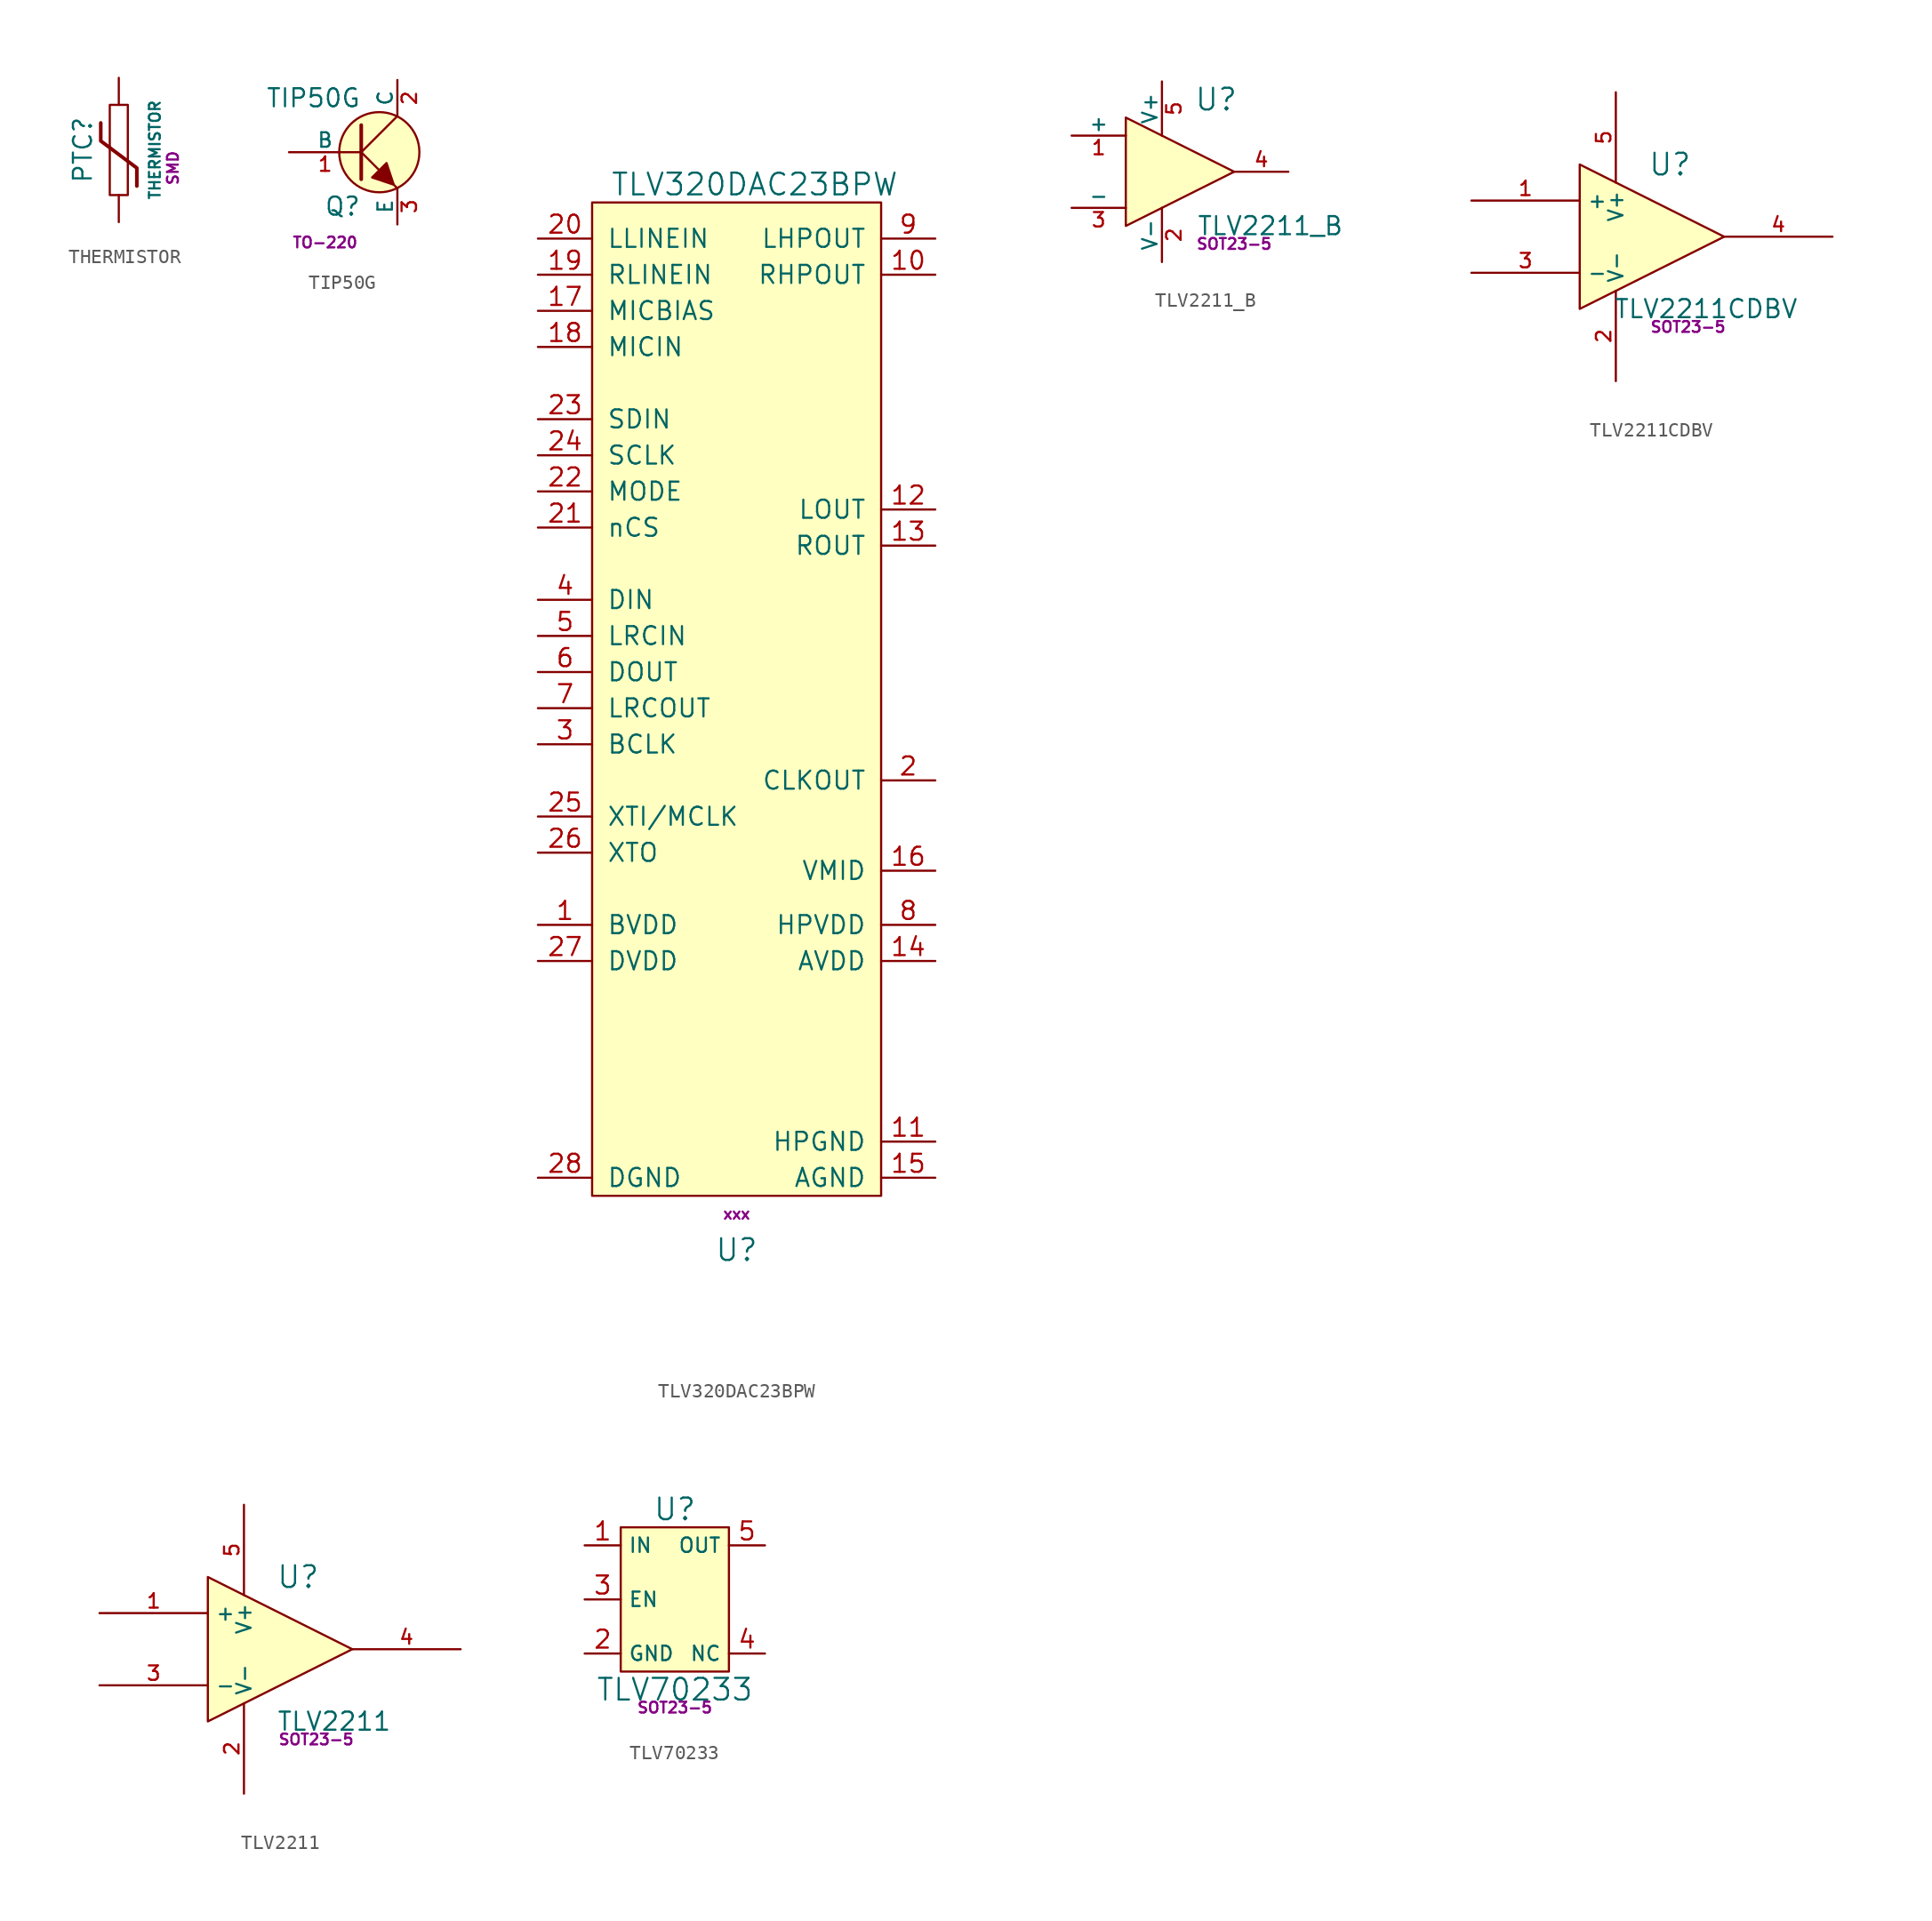
<source format=kicad_sym>
(kicad_symbol_lib
  (version 20220914)
  (generator kicad_symbol_editor)
  (symbol "THERMISTOR"
    (pin_numbers hide)
    (pin_names
      (offset 0))
    (property "Reference" "PTC"
      (at -2.54 0 90)
      (effects (font (size 1.27 1.27))))
    (property "Value" "THERMISTOR"
      (at 2.54 0 90)
      (effects (font (size 0.762 0.762))))
    (property "Footprint" "SMD"
      (at 3.81 -1.27 90)
      (effects (font (size 0.762 0.762))))
    (property "Datasheet" ""
      (at 0 0 0)
      (effects (font (size 1.524 1.524))))
    (symbol "THERMISTOR_0_1"
      (rectangle (start -0.635 3.175) (end 0.635 -3.175) (stroke (width 0) (type default)) (fill (type none)))
      (polyline (pts (xy -1.27 1.905) (xy -1.27 0.635) (xy 1.27 -1.27) (xy 1.27 -2.54) (xy 1.27 -2.54)) (stroke (width 0.254) (type default)) (fill (type none))))
    (symbol "THERMISTOR_1_1"
      (pin passive line (at 0 5.08 270) (length 1.905) (name "~" (effects (font (size 1.524 1.524)))) (number "1" (effects (font (size 1.524 1.524)))))
      (pin passive line (at 0 -5.08 90) (length 1.905) (name "~" (effects (font (size 1.524 1.524)))) (number "2" (effects (font (size 1.524 1.524)))))))
  (symbol "TIP50G"
    (pin_names
      (offset 0))
    (property "Reference" "Q"
      (at 0 -3.81 0)
      (effects (font (size 1.27 1.27)) (justify right)))
    (property "Value" "TIP50G"
      (at 0 3.81 0)
      (effects (font (size 1.27 1.27)) (justify right)))
    (property "Footprint" "TO-220"
      (at -2.54 -6.35 0)
      (effects (font (size 0.762 0.762))))
    (property "Datasheet" ""
      (at 0 0 0)
      (effects (font (size 1.524 1.524))))
    (symbol "TIP50G_0_1"
      (polyline (pts (xy 0 0) (xy 2.54 2.54)) (stroke (width 0) (type default)) (fill (type none)))
      (polyline (pts (xy 0 1.905) (xy 0 -1.905) (xy 0 -1.905)) (stroke (width 0.254) (type default)) (fill (type none)))
      (polyline (pts (xy 1.27 -1.27) (xy 0 0) (xy 0 0)) (stroke (width 0) (type default)) (fill (type none)))
      (polyline (pts (xy 2.286 -2.286) (xy 2.54 -2.54) (xy 2.54 -2.54)) (stroke (width 0) (type default)) (fill (type none)))
      (polyline (pts (xy 2.286 -2.286) (xy 1.778 -0.762) (xy 0.762 -1.778) (xy 2.286 -2.286) (xy 2.286 -2.286)) (stroke (width 0) (type default)) (fill (type outline)))
      (circle (center 1.27 0) (radius 2.819) (stroke (width 0) (type default)) (fill (type background))))
    (symbol "TIP50G_1_1"
      (pin input line (at -5.08 0 0) (length 5.08) (name "B" (effects (font (size 1.016 1.016)))) (number "1" (effects (font (size 1.016 1.016)))))
      (pin passive line (at 2.54 5.08 270) (length 2.54) (name "C" (effects (font (size 1.016 1.016)))) (number "2" (effects (font (size 1.016 1.016)))))
      (pin passive line (at 2.54 -5.08 90) (length 2.54) (name "E" (effects (font (size 1.016 1.016)))) (number "3" (effects (font (size 1.016 1.016)))))))
  (symbol "TLV320DAC23BPW"
    (pin_names
      (offset 1.016))
    (property "Reference" "U"
      (at 0 -43.18 0)
      (effects (font (size 1.524 1.524))))
    (property "Value" "TLV320DAC23BPW"
      (at 1.27 31.75 0)
      (effects (font (size 1.524 1.524))))
    (property "Footprint" "xxx"
      (at 0 -40.64 0)
      (effects (font (size 0.762 0.762))))
    (property "Datasheet" ""
      (at 0 0 0)
      (effects (font (size 1.524 1.524))))
    (symbol "TLV320DAC23BPW_0_1"
      (rectangle (start 10.16 -39.37) (end -10.16 30.48) (stroke (width 0) (type default)) (fill (type background))))
    (symbol "TLV320DAC23BPW_1_1"
      (pin input line (at -13.97 -20.32 0) (length 3.81) (name "BVDD" (effects (font (size 1.27 1.27)))) (number "1" (effects (font (size 1.27 1.27)))))
      (pin input line (at 13.97 25.4 180) (length 3.81) (name "RHPOUT" (effects (font (size 1.27 1.27)))) (number "10" (effects (font (size 1.27 1.27)))))
      (pin input line (at 13.97 -35.56 180) (length 3.81) (name "HPGND" (effects (font (size 1.27 1.27)))) (number "11" (effects (font (size 1.27 1.27)))))
      (pin input line (at 13.97 8.89 180) (length 3.81) (name "LOUT" (effects (font (size 1.27 1.27)))) (number "12" (effects (font (size 1.27 1.27)))))
      (pin input line (at 13.97 6.35 180) (length 3.81) (name "ROUT" (effects (font (size 1.27 1.27)))) (number "13" (effects (font (size 1.27 1.27)))))
      (pin input line (at 13.97 -22.86 180) (length 3.81) (name "AVDD" (effects (font (size 1.27 1.27)))) (number "14" (effects (font (size 1.27 1.27)))))
      (pin input line (at 13.97 -38.1 180) (length 3.81) (name "AGND" (effects (font (size 1.27 1.27)))) (number "15" (effects (font (size 1.27 1.27)))))
      (pin input line (at 13.97 -16.51 180) (length 3.81) (name "VMID" (effects (font (size 1.27 1.27)))) (number "16" (effects (font (size 1.27 1.27)))))
      (pin input line (at -13.97 22.86 0) (length 3.81) (name "MICBIAS" (effects (font (size 1.27 1.27)))) (number "17" (effects (font (size 1.27 1.27)))))
      (pin input line (at -13.97 20.32 0) (length 3.81) (name "MICIN" (effects (font (size 1.27 1.27)))) (number "18" (effects (font (size 1.27 1.27)))))
      (pin input line (at -13.97 25.4 0) (length 3.81) (name "RLINEIN" (effects (font (size 1.27 1.27)))) (number "19" (effects (font (size 1.27 1.27)))))
      (pin input line (at 13.97 -10.16 180) (length 3.81) (name "CLKOUT" (effects (font (size 1.27 1.27)))) (number "2" (effects (font (size 1.27 1.27)))))
      (pin input line (at -13.97 27.94 0) (length 3.81) (name "LLINEIN" (effects (font (size 1.27 1.27)))) (number "20" (effects (font (size 1.27 1.27)))))
      (pin input line (at -13.97 7.62 0) (length 3.81) (name "nCS" (effects (font (size 1.27 1.27)))) (number "21" (effects (font (size 1.27 1.27)))))
      (pin input line (at -13.97 10.16 0) (length 3.81) (name "MODE" (effects (font (size 1.27 1.27)))) (number "22" (effects (font (size 1.27 1.27)))))
      (pin input line (at -13.97 15.24 0) (length 3.81) (name "SDIN" (effects (font (size 1.27 1.27)))) (number "23" (effects (font (size 1.27 1.27)))))
      (pin input line (at -13.97 12.7 0) (length 3.81) (name "SCLK" (effects (font (size 1.27 1.27)))) (number "24" (effects (font (size 1.27 1.27)))))
      (pin input line (at -13.97 -12.7 0) (length 3.81) (name "XTI/MCLK" (effects (font (size 1.27 1.27)))) (number "25" (effects (font (size 1.27 1.27)))))
      (pin input line (at -13.97 -15.24 0) (length 3.81) (name "XTO" (effects (font (size 1.27 1.27)))) (number "26" (effects (font (size 1.27 1.27)))))
      (pin input line (at -13.97 -22.86 0) (length 3.81) (name "DVDD" (effects (font (size 1.27 1.27)))) (number "27" (effects (font (size 1.27 1.27)))))
      (pin input line (at -13.97 -38.1 0) (length 3.81) (name "DGND" (effects (font (size 1.27 1.27)))) (number "28" (effects (font (size 1.27 1.27)))))
      (pin input line (at -13.97 -7.62 0) (length 3.81) (name "BCLK" (effects (font (size 1.27 1.27)))) (number "3" (effects (font (size 1.27 1.27)))))
      (pin input line (at -13.97 2.54 0) (length 3.81) (name "DIN" (effects (font (size 1.27 1.27)))) (number "4" (effects (font (size 1.27 1.27)))))
      (pin input line (at -13.97 0 0) (length 3.81) (name "LRCIN" (effects (font (size 1.27 1.27)))) (number "5" (effects (font (size 1.27 1.27)))))
      (pin input line (at -13.97 -2.54 0) (length 3.81) (name "DOUT" (effects (font (size 1.27 1.27)))) (number "6" (effects (font (size 1.27 1.27)))))
      (pin input line (at -13.97 -5.08 0) (length 3.81) (name "LRCOUT" (effects (font (size 1.27 1.27)))) (number "7" (effects (font (size 1.27 1.27)))))
      (pin input line (at 13.97 -20.32 180) (length 3.81) (name "HPVDD" (effects (font (size 1.27 1.27)))) (number "8" (effects (font (size 1.27 1.27)))))
      (pin input line (at 13.97 27.94 180) (length 3.81) (name "LHPOUT" (effects (font (size 1.27 1.27)))) (number "9" (effects (font (size 1.27 1.27)))))))
  (symbol "TLV2211_B"
    (pin_names
      (offset 0))
    (property "Reference" "U"
      (at 3.81 5.08 0)
      (effects (font (size 1.524 1.524))))
    (property "Value" "TLV2211_B"
      (at 7.62 -3.81 0)
      (effects (font (size 1.27 1.27))))
    (property "Footprint" "SOT23-5"
      (at 5.08 -5.08 0)
      (effects (font (size 0.762 0.762))))
    (property "Datasheet" ""
      (at 0 0 0)
      (effects (font (size 1.524 1.524))))
    (symbol "TLV2211_B_0_1"
      (polyline (pts (xy -2.54 0) (xy -2.54 3.81) (xy 5.08 0) (xy -2.54 -3.81) (xy -2.54 0)) (stroke (width 0) (type default)) (fill (type background)))
      (pin power_in line (at 0 -6.35 90) (length 3.81) (name "V-" (effects (font (size 1.016 1.016)))) (number "2" (effects (font (size 1.016 1.016)))))
      (pin power_in line (at 0 6.35 270) (length 3.81) (name "V+" (effects (font (size 1.016 1.016)))) (number "5" (effects (font (size 1.016 1.016))))))
    (symbol "TLV2211_B_1_1"
      (pin input line (at -6.35 2.54 0) (length 3.81) (name "+" (effects (font (size 1.016 1.016)))) (number "1" (effects (font (size 1.016 1.016)))))
      (pin input line (at -6.35 -2.54 0) (length 3.81) (name "-" (effects (font (size 1.016 1.016)))) (number "3" (effects (font (size 1.016 1.016)))))
      (pin output line (at 8.89 0 180) (length 3.81) (name "~" (effects (font (size 1.016 1.016)))) (number "4" (effects (font (size 1.016 1.016)))))))
  (symbol "TLV2211CDBV"
    (property "Reference" "U"
      (at 3.81 5.08 0)
      (effects (font (size 1.524 1.524))))
    (property "Value" "TLV2211CDBV"
      (at 6.35 -5.08 0)
      (effects (font (size 1.27 1.27))))
    (property "Footprint" "SOT23-5"
      (at 5.08 -6.35 0)
      (effects (font (size 0.762 0.762))))
    (property "Datasheet" ""
      (at 0 0 0)
      (effects (font (size 1.524 1.524))))
    (symbol "TLV2211CDBV_0_1"
      (polyline (pts (xy -2.54 5.08) (xy 7.62 0) (xy -2.54 -5.08) (xy -2.54 5.08)) (stroke (width 0.152) (type default)) (fill (type background)))
      (pin power_in line (at 0 -10.16 90) (length 6.35) (name "V-" (effects (font (size 1.016 1.016)))) (number "2" (effects (font (size 1.016 1.016)))))
      (pin power_in line (at 0 10.16 270) (length 6.35) (name "V+" (effects (font (size 1.016 1.016)))) (number "5" (effects (font (size 1.016 1.016))))))
    (symbol "TLV2211CDBV_1_1"
      (pin input line (at -10.16 2.54 0) (length 7.62) (name "+" (effects (font (size 1.016 1.016)))) (number "1" (effects (font (size 1.016 1.016)))))
      (pin input line (at -10.16 -2.54 0) (length 7.62) (name "-" (effects (font (size 1.016 1.016)))) (number "3" (effects (font (size 1.016 1.016)))))
      (pin output line (at 15.24 0 180) (length 7.62) (name "~" (effects (font (size 1.016 1.016)))) (number "4" (effects (font (size 1.016 1.016)))))))
  (symbol "TLV2211"
    (property "Reference" "U"
      (at 3.81 5.08 0)
      (effects (font (size 1.524 1.524))))
    (property "Value" "TLV2211"
      (at 6.35 -5.08 0)
      (effects (font (size 1.27 1.27))))
    (property "Footprint" "SOT23-5"
      (at 5.08 -6.35 0)
      (effects (font (size 0.762 0.762))))
    (property "Datasheet" ""
      (at 0 0 0)
      (effects (font (size 1.524 1.524))))
    (symbol "TLV2211_0_1"
      (polyline (pts (xy -2.54 5.08) (xy 7.62 0) (xy -2.54 -5.08) (xy -2.54 5.08)) (stroke (width 0.152) (type default)) (fill (type background)))
      (pin power_in line (at 0 -10.16 90) (length 6.35) (name "V-" (effects (font (size 1.016 1.016)))) (number "2" (effects (font (size 1.016 1.016)))))
      (pin power_in line (at 0 10.16 270) (length 6.35) (name "V+" (effects (font (size 1.016 1.016)))) (number "5" (effects (font (size 1.016 1.016))))))
    (symbol "TLV2211_1_1"
      (pin input line (at -10.16 2.54 0) (length 7.62) (name "+" (effects (font (size 1.016 1.016)))) (number "1" (effects (font (size 1.016 1.016)))))
      (pin input line (at -10.16 -2.54 0) (length 7.62) (name "-" (effects (font (size 1.016 1.016)))) (number "3" (effects (font (size 1.016 1.016)))))
      (pin output line (at 15.24 0 180) (length 7.62) (name "~" (effects (font (size 1.016 1.016)))) (number "4" (effects (font (size 1.016 1.016)))))))
  (symbol "TLV70233"
    (property "Reference" "U"
      (at 0 6.35 0)
      (effects (font (size 1.524 1.524))))
    (property "Value" "TLV70233"
      (at 0 -6.35 0)
      (effects (font (size 1.524 1.524))))
    (property "Footprint" "SOT23-5"
      (at 0 -7.62 0)
      (effects (font (size 0.762 0.762))))
    (property "Datasheet" ""
      (at 0 0 0)
      (effects (font (size 1.524 1.524))))
    (symbol "TLV70233_0_1"
      (rectangle (start -3.81 5.08) (end 3.81 -5.08) (stroke (width 0) (type default)) (fill (type background))))
    (symbol "TLV70233_1_1"
      (pin bidirectional line (at -6.35 3.81 0) (length 2.54) (name "IN" (effects (font (size 1.016 1.016)))) (number "1" (effects (font (size 1.27 1.27)))))
      (pin bidirectional line (at -6.35 -3.81 0) (length 2.54) (name "GND" (effects (font (size 1.016 1.016)))) (number "2" (effects (font (size 1.27 1.27)))))
      (pin bidirectional line (at -6.35 0 0) (length 2.54) (name "EN" (effects (font (size 1.016 1.016)))) (number "3" (effects (font (size 1.27 1.27)))))
      (pin bidirectional line (at 6.35 -3.81 180) (length 2.54) (name "NC" (effects (font (size 1.016 1.016)))) (number "4" (effects (font (size 1.27 1.27)))))
      (pin bidirectional line (at 6.35 3.81 180) (length 2.54) (name "OUT" (effects (font (size 1.016 1.016)))) (number "5" (effects (font (size 1.27 1.27))))))))
</source>
